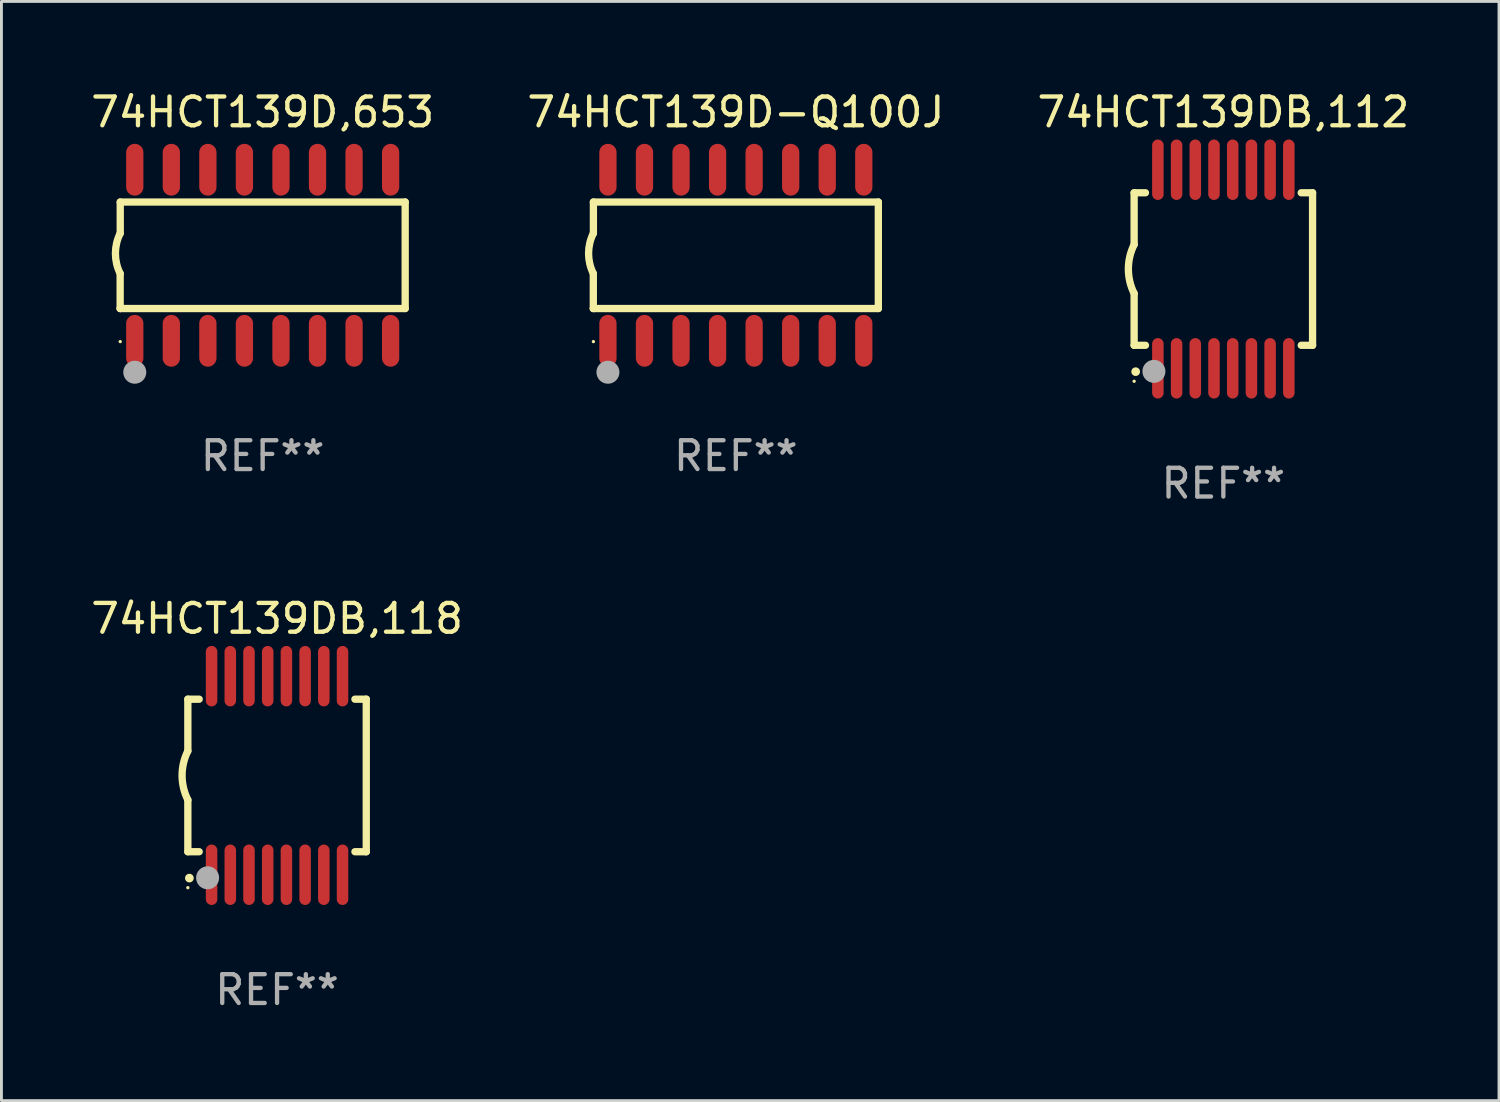
<source format=kicad_pcb>
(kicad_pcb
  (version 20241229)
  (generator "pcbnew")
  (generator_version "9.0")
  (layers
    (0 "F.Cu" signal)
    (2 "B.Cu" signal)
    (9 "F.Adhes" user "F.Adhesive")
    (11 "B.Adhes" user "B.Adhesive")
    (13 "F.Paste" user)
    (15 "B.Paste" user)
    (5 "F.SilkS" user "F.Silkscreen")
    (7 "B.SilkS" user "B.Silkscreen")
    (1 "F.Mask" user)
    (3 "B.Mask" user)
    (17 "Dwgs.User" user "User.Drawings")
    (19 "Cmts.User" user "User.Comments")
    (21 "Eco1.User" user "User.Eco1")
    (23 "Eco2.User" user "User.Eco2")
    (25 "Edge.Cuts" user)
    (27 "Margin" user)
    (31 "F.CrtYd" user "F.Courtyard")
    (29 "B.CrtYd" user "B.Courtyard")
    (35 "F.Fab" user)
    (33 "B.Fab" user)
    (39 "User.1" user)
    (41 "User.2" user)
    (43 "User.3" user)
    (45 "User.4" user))
  (footprint "74HCT139D-Q100J"
    (layer "F.Cu")
    (at 22.518 5.82)
    (property "Reference" "74HCT139D-Q100J" (at 0 -4.972 0) (layer "F.SilkS") (effects (font (size 1 1) (thickness 0.15))))
    (attr through_hole)
    (fp_line (start -4.952 0.635) (end -4.952 1.85) (stroke (width 0.254) (type solid)) (layer "F.SilkS"))
    (fp_line (start -4.952 1.85) (end -4.949 1.85) (stroke (width 0.254) (type solid)) (layer "F.SilkS"))
    (fp_line (start -4.949 -1.85) (end -4.949 -0.762) (stroke (width 0.254) (type solid)) (layer "F.SilkS"))
    (fp_line (start -4.949 1.85) (end 4.952 1.85) (stroke (width 0.254) (type solid)) (layer "F.SilkS"))
    (fp_line (start 4.952 -1.85) (end -4.949 -1.85) (stroke (width 0.254) (type solid)) (layer "F.SilkS"))
    (fp_line (start 4.952 1.85) (end 4.952 -1.85) (stroke (width 0.254) (type solid)) (layer "F.SilkS"))
    (fp_arc (start -4.951524 0.635001) (mid -5.116418 -0.0635) (end -4.951524 -0.762002) (stroke (width 0.254001) (type solid)) (layer "F.SilkS"))
    (fp_circle (center -4.949 3) (end -4.919 3) (stroke (width 0.06) (type solid)) (fill no) (layer "F.SilkS"))
    (fp_circle (center -4.444 4.064) (end -4.244 4.064) (stroke (width 0.4) (type solid)) (fill no) (layer "F.Fab"))
    (fp_text user "REF**" (at 0 6.972 0) (layer "F.Fab") (effects (font (size 1 1) (thickness 0.15))))
    (pad "1" smd oval (at -4.444 2.972 180) (size 0.6 1.8) (layers "F.Cu" "F.Mask" "F.Paste"))
    (pad "2" smd oval (at -3.174 2.972 180) (size 0.6 1.8) (layers "F.Cu" "F.Mask" "F.Paste"))
    (pad "3" smd oval (at -1.904 2.972 180) (size 0.6 1.8) (layers "F.Cu" "F.Mask" "F.Paste"))
    (pad "4" smd oval (at -0.634 2.972 180) (size 0.6 1.8) (layers "F.Cu" "F.Mask" "F.Paste"))
    (pad "5" smd oval (at 0.636 2.972 180) (size 0.6 1.8) (layers "F.Cu" "F.Mask" "F.Paste"))
    (pad "6" smd oval (at 1.906 2.972 180) (size 0.6 1.8) (layers "F.Cu" "F.Mask" "F.Paste"))
    (pad "7" smd oval (at 3.176 2.972 180) (size 0.6 1.8) (layers "F.Cu" "F.Mask" "F.Paste"))
    (pad "8" smd oval (at 4.446 2.972 180) (size 0.6 1.8) (layers "F.Cu" "F.Mask" "F.Paste"))
    (pad "9" smd oval (at 4.446 -2.972 180) (size 0.6 1.8) (layers "F.Cu" "F.Mask" "F.Paste"))
    (pad "10" smd oval (at 3.176 -2.972 180) (size 0.6 1.8) (layers "F.Cu" "F.Mask" "F.Paste"))
    (pad "11" smd oval (at 1.906 -2.972 180) (size 0.6 1.8) (layers "F.Cu" "F.Mask" "F.Paste"))
    (pad "12" smd oval (at 0.636 -2.972 180) (size 0.6 1.8) (layers "F.Cu" "F.Mask" "F.Paste"))
    (pad "13" smd oval (at -0.634 -2.972 180) (size 0.6 1.8) (layers "F.Cu" "F.Mask" "F.Paste"))
    (pad "14" smd oval (at -1.904 -2.972 180) (size 0.6 1.8) (layers "F.Cu" "F.Mask" "F.Paste"))
    (pad "15" smd oval (at -3.174 -2.972 180) (size 0.6 1.8) (layers "F.Cu" "F.Mask" "F.Paste"))
    (pad "16" smd oval (at -4.444 -2.972 180) (size 0.6 1.8) (layers "F.Cu" "F.Mask" "F.Paste")))
  (footprint "74HCT139DB,112"
    (layer "F.Cu")
    (at 39.458 6.298)
    (property "Reference" "74HCT139DB,112" (at 0 -5.45 0) (layer "F.SilkS") (effects (font (size 1 1) (thickness 0.15))))
    (attr through_hole)
    (fp_line (start -3.1 -2.65) (end -3.1 -0.85) (stroke (width 0.254) (type solid)) (layer "F.SilkS"))
    (fp_line (start -3.1 -2.65) (end -2.706 -2.65) (stroke (width 0.254) (type solid)) (layer "F.SilkS"))
    (fp_line (start -3.1 2.65) (end -3.1 0.85) (stroke (width 0.254) (type solid)) (layer "F.SilkS"))
    (fp_line (start -3.1 2.65) (end -2.706 2.65) (stroke (width 0.254) (type solid)) (layer "F.SilkS"))
    (fp_line (start 2.706 -2.65) (end 3.1 -2.65) (stroke (width 0.254) (type solid)) (layer "F.SilkS"))
    (fp_line (start 2.706 2.65) (end 3.1 2.65) (stroke (width 0.254) (type solid)) (layer "F.SilkS"))
    (fp_line (start 3.1 -2.65) (end 3.1 2.65) (stroke (width 0.254) (type solid)) (layer "F.SilkS"))
    (fp_arc (start -3.098907 0.850902) (mid -3.300057 0.000523) (end -3.1 -0.850114) (stroke (width 0.254001) (type solid)) (layer "F.SilkS"))
    (fp_arc (start -3.048006 3.566066) (mid -3.046736 3.566061) (end -3.045466 3.566066) (stroke (width 0.3) (type solid)) (layer "F.SilkS"))
    (fp_circle (center -3.1 3.9) (end -3.07 3.9) (stroke (width 0.06) (type solid)) (fill no) (layer "F.SilkS"))
    (fp_circle (center -2.413 3.556) (end -2.213 3.556) (stroke (width 0.4) (type solid)) (fill no) (layer "F.Fab"))
    (fp_text user "REF**" (at 0 7.45 0) (layer "F.Fab") (effects (font (size 1 1) (thickness 0.15))))
    (pad "1" smd oval (at -2.275 3.45 180) (size 0.4 2.1) (layers "F.Cu" "F.Mask" "F.Paste"))
    (pad "2" smd oval (at -1.625 3.45 180) (size 0.4 2.1) (layers "F.Cu" "F.Mask" "F.Paste"))
    (pad "3" smd oval (at -0.975 3.45 180) (size 0.4 2.1) (layers "F.Cu" "F.Mask" "F.Paste"))
    (pad "4" smd oval (at -0.325 3.45 180) (size 0.4 2.1) (layers "F.Cu" "F.Mask" "F.Paste"))
    (pad "5" smd oval (at 0.325 3.45 180) (size 0.4 2.1) (layers "F.Cu" "F.Mask" "F.Paste"))
    (pad "6" smd oval (at 0.975 3.45 180) (size 0.4 2.1) (layers "F.Cu" "F.Mask" "F.Paste"))
    (pad "7" smd oval (at 1.625 3.45 180) (size 0.4 2.1) (layers "F.Cu" "F.Mask" "F.Paste"))
    (pad "8" smd oval (at 2.275 3.45 180) (size 0.4 2.1) (layers "F.Cu" "F.Mask" "F.Paste"))
    (pad "9" smd oval (at 2.275 -3.45 180) (size 0.4 2.1) (layers "F.Cu" "F.Mask" "F.Paste"))
    (pad "10" smd oval (at 1.625 -3.45 180) (size 0.4 2.1) (layers "F.Cu" "F.Mask" "F.Paste"))
    (pad "11" smd oval (at 0.975 -3.45 180) (size 0.4 2.1) (layers "F.Cu" "F.Mask" "F.Paste"))
    (pad "12" smd oval (at 0.325 -3.45 180) (size 0.4 2.1) (layers "F.Cu" "F.Mask" "F.Paste"))
    (pad "13" smd oval (at -0.325 -3.45 180) (size 0.4 2.1) (layers "F.Cu" "F.Mask" "F.Paste"))
    (pad "14" smd oval (at -0.975 -3.45 180) (size 0.4 2.1) (layers "F.Cu" "F.Mask" "F.Paste"))
    (pad "15" smd oval (at -1.625 -3.45 180) (size 0.4 2.1) (layers "F.Cu" "F.Mask" "F.Paste"))
    (pad "16" smd oval (at -2.275 -3.45 180) (size 0.4 2.1) (layers "F.Cu" "F.Mask" "F.Paste")))
  (footprint "74HCT139DB,118"
    (layer "F.Cu")
    (at 6.577 23.895)
    (property "Reference" "74HCT139DB,118" (at 0 -5.45 0) (layer "F.SilkS") (effects (font (size 1 1) (thickness 0.15))))
    (attr through_hole)
    (fp_line (start -3.1 -2.65) (end -3.1 -0.85) (stroke (width 0.254) (type solid)) (layer "F.SilkS"))
    (fp_line (start -3.1 -2.65) (end -2.706 -2.65) (stroke (width 0.254) (type solid)) (layer "F.SilkS"))
    (fp_line (start -3.1 2.65) (end -3.1 0.85) (stroke (width 0.254) (type solid)) (layer "F.SilkS"))
    (fp_line (start -3.1 2.65) (end -2.706 2.65) (stroke (width 0.254) (type solid)) (layer "F.SilkS"))
    (fp_line (start 2.706 -2.65) (end 3.1 -2.65) (stroke (width 0.254) (type solid)) (layer "F.SilkS"))
    (fp_line (start 2.706 2.65) (end 3.1 2.65) (stroke (width 0.254) (type solid)) (layer "F.SilkS"))
    (fp_line (start 3.1 -2.65) (end 3.1 2.65) (stroke (width 0.254) (type solid)) (layer "F.SilkS"))
    (fp_arc (start -3.098907 0.850902) (mid -3.300057 0.000523) (end -3.1 -0.850114) (stroke (width 0.254001) (type solid)) (layer "F.SilkS"))
    (fp_arc (start -3.048006 3.566066) (mid -3.046736 3.566061) (end -3.045466 3.566066) (stroke (width 0.3) (type solid)) (layer "F.SilkS"))
    (fp_circle (center -3.1 3.9) (end -3.07 3.9) (stroke (width 0.06) (type solid)) (fill no) (layer "F.SilkS"))
    (fp_circle (center -2.413 3.556) (end -2.213 3.556) (stroke (width 0.4) (type solid)) (fill no) (layer "F.Fab"))
    (fp_text user "REF**" (at 0 7.45 0) (layer "F.Fab") (effects (font (size 1 1) (thickness 0.15))))
    (pad "1" smd oval (at -2.275 3.45 180) (size 0.4 2.1) (layers "F.Cu" "F.Mask" "F.Paste"))
    (pad "2" smd oval (at -1.625 3.45 180) (size 0.4 2.1) (layers "F.Cu" "F.Mask" "F.Paste"))
    (pad "3" smd oval (at -0.975 3.45 180) (size 0.4 2.1) (layers "F.Cu" "F.Mask" "F.Paste"))
    (pad "4" smd oval (at -0.325 3.45 180) (size 0.4 2.1) (layers "F.Cu" "F.Mask" "F.Paste"))
    (pad "5" smd oval (at 0.325 3.45 180) (size 0.4 2.1) (layers "F.Cu" "F.Mask" "F.Paste"))
    (pad "6" smd oval (at 0.975 3.45 180) (size 0.4 2.1) (layers "F.Cu" "F.Mask" "F.Paste"))
    (pad "7" smd oval (at 1.625 3.45 180) (size 0.4 2.1) (layers "F.Cu" "F.Mask" "F.Paste"))
    (pad "8" smd oval (at 2.275 3.45 180) (size 0.4 2.1) (layers "F.Cu" "F.Mask" "F.Paste"))
    (pad "9" smd oval (at 2.275 -3.45 180) (size 0.4 2.1) (layers "F.Cu" "F.Mask" "F.Paste"))
    (pad "10" smd oval (at 1.625 -3.45 180) (size 0.4 2.1) (layers "F.Cu" "F.Mask" "F.Paste"))
    (pad "11" smd oval (at 0.975 -3.45 180) (size 0.4 2.1) (layers "F.Cu" "F.Mask" "F.Paste"))
    (pad "12" smd oval (at 0.325 -3.45 180) (size 0.4 2.1) (layers "F.Cu" "F.Mask" "F.Paste"))
    (pad "13" smd oval (at -0.325 -3.45 180) (size 0.4 2.1) (layers "F.Cu" "F.Mask" "F.Paste"))
    (pad "14" smd oval (at -0.975 -3.45 180) (size 0.4 2.1) (layers "F.Cu" "F.Mask" "F.Paste"))
    (pad "15" smd oval (at -1.625 -3.45 180) (size 0.4 2.1) (layers "F.Cu" "F.Mask" "F.Paste"))
    (pad "16" smd oval (at -2.275 -3.45 180) (size 0.4 2.1) (layers "F.Cu" "F.Mask" "F.Paste")))
  (footprint "74HCT139D,653"
    (layer "F.Cu")
    (at 6.077 5.82)
    (property "Reference" "74HCT139D,653" (at 0 -4.972 0) (layer "F.SilkS") (effects (font (size 1 1) (thickness 0.15))))
    (attr through_hole)
    (fp_line (start -4.952 0.635) (end -4.952 1.85) (stroke (width 0.254) (type solid)) (layer "F.SilkS"))
    (fp_line (start -4.952 1.85) (end -4.949 1.85) (stroke (width 0.254) (type solid)) (layer "F.SilkS"))
    (fp_line (start -4.949 -1.85) (end -4.949 -0.762) (stroke (width 0.254) (type solid)) (layer "F.SilkS"))
    (fp_line (start -4.949 1.85) (end 4.952 1.85) (stroke (width 0.254) (type solid)) (layer "F.SilkS"))
    (fp_line (start 4.952 -1.85) (end -4.949 -1.85) (stroke (width 0.254) (type solid)) (layer "F.SilkS"))
    (fp_line (start 4.952 1.85) (end 4.952 -1.85) (stroke (width 0.254) (type solid)) (layer "F.SilkS"))
    (fp_arc (start -4.951524 0.635001) (mid -5.116418 -0.0635) (end -4.951524 -0.762002) (stroke (width 0.254001) (type solid)) (layer "F.SilkS"))
    (fp_circle (center -4.949 3) (end -4.919 3) (stroke (width 0.06) (type solid)) (fill no) (layer "F.SilkS"))
    (fp_circle (center -4.444 4.064) (end -4.244 4.064) (stroke (width 0.4) (type solid)) (fill no) (layer "F.Fab"))
    (fp_text user "REF**" (at 0 6.972 0) (layer "F.Fab") (effects (font (size 1 1) (thickness 0.15))))
    (pad "1" smd oval (at -4.444 2.972 180) (size 0.6 1.8) (layers "F.Cu" "F.Mask" "F.Paste"))
    (pad "2" smd oval (at -3.174 2.972 180) (size 0.6 1.8) (layers "F.Cu" "F.Mask" "F.Paste"))
    (pad "3" smd oval (at -1.904 2.972 180) (size 0.6 1.8) (layers "F.Cu" "F.Mask" "F.Paste"))
    (pad "4" smd oval (at -0.634 2.972 180) (size 0.6 1.8) (layers "F.Cu" "F.Mask" "F.Paste"))
    (pad "5" smd oval (at 0.636 2.972 180) (size 0.6 1.8) (layers "F.Cu" "F.Mask" "F.Paste"))
    (pad "6" smd oval (at 1.906 2.972 180) (size 0.6 1.8) (layers "F.Cu" "F.Mask" "F.Paste"))
    (pad "7" smd oval (at 3.176 2.972 180) (size 0.6 1.8) (layers "F.Cu" "F.Mask" "F.Paste"))
    (pad "8" smd oval (at 4.446 2.972 180) (size 0.6 1.8) (layers "F.Cu" "F.Mask" "F.Paste"))
    (pad "9" smd oval (at 4.446 -2.972 180) (size 0.6 1.8) (layers "F.Cu" "F.Mask" "F.Paste"))
    (pad "10" smd oval (at 3.176 -2.972 180) (size 0.6 1.8) (layers "F.Cu" "F.Mask" "F.Paste"))
    (pad "11" smd oval (at 1.906 -2.972 180) (size 0.6 1.8) (layers "F.Cu" "F.Mask" "F.Paste"))
    (pad "12" smd oval (at 0.636 -2.972 180) (size 0.6 1.8) (layers "F.Cu" "F.Mask" "F.Paste"))
    (pad "13" smd oval (at -0.634 -2.972 180) (size 0.6 1.8) (layers "F.Cu" "F.Mask" "F.Paste"))
    (pad "14" smd oval (at -1.904 -2.972 180) (size 0.6 1.8) (layers "F.Cu" "F.Mask" "F.Paste"))
    (pad "15" smd oval (at -3.174 -2.972 180) (size 0.6 1.8) (layers "F.Cu" "F.Mask" "F.Paste"))
    (pad "16" smd oval (at -4.444 -2.972 180) (size 0.6 1.8) (layers "F.Cu" "F.Mask" "F.Paste")))
  (gr_rect
    (start -3 -3)
    (end 49.036 35.193)
    (stroke (width 0.1) (type default))
    (fill no)
    (layer "Edge.Cuts")))
</source>
